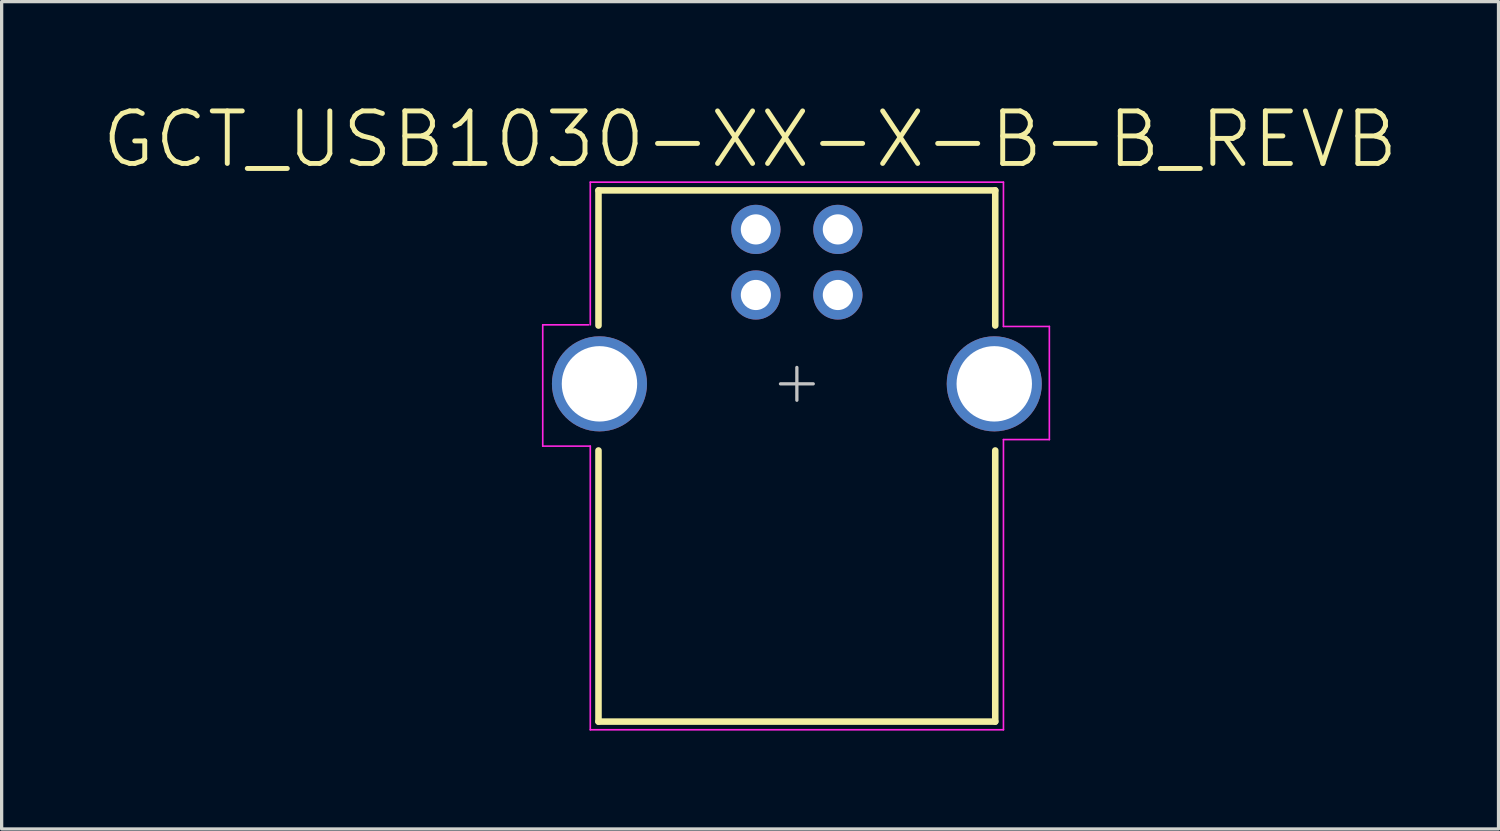
<source format=kicad_pcb>
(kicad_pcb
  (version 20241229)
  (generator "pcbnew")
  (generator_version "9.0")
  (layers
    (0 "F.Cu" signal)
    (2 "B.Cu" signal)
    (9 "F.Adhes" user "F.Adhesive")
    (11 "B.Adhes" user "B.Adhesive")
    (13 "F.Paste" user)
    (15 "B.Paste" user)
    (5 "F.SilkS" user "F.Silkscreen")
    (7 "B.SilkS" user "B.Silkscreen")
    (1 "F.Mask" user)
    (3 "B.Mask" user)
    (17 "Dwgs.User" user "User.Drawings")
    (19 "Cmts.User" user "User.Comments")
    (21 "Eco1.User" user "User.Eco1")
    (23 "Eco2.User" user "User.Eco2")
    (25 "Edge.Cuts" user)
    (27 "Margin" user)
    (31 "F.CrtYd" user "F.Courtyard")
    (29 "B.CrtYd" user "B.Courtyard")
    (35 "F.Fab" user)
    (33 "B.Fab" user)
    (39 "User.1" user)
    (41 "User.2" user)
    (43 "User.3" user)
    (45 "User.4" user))
  (footprint "GCT_USB1030-XX-X-B-B_REVB"
    (layer "F.Cu")
    (at 21.252 8.656)
    (property "Reference" "GCT_USB1030-XX-X-B-B_REVB" (at -1.427 -7.455 0) (layer "F.SilkS") (effects (font (size 1.602 1.602) (thickness 0.15))))
    (attr through_hole)
    (fp_line (start -6.05 -5.9) (end 6.05 -5.9) (stroke (width 0.2) (type solid)) (layer "F.SilkS"))
    (fp_line (start -6.05 -1.778) (end -6.05 -5.9) (stroke (width 0.2) (type solid)) (layer "F.SilkS"))
    (fp_line (start -6.05 10.3) (end -6.05 2.032) (stroke (width 0.2) (type solid)) (layer "F.SilkS"))
    (fp_line (start -6.05 10.3) (end 6.05 10.3) (stroke (width 0.2) (type solid)) (layer "F.SilkS"))
    (fp_line (start 6.05 -1.778) (end 6.05 -5.9) (stroke (width 0.2) (type solid)) (layer "F.SilkS"))
    (fp_line (start 6.05 10.3) (end 6.05 2.032) (stroke (width 0.2) (type solid)) (layer "F.SilkS"))
    (fp_line (start -0.5 0) (end 0.5 0) (stroke (width 0.1) (type solid)) (layer "Dwgs.User"))
    (fp_line (start 0 0.5) (end 0 -0.5) (stroke (width 0.1) (type solid)) (layer "Dwgs.User"))
    (fp_line (start -7.75 -1.8) (end -6.35 -1.8) (stroke (width 0.05) (type solid)) (layer "F.CrtYd"))
    (fp_line (start -7.75 1.9) (end -7.75 -1.8) (stroke (width 0.05) (type solid)) (layer "F.CrtYd"))
    (fp_line (start -7.75 1.9) (end -6.3 1.9) (stroke (width 0.05) (type solid)) (layer "F.CrtYd"))
    (fp_line (start -6.3 -6.15) (end 6.3 -6.15) (stroke (width 0.05) (type solid)) (layer "F.CrtYd"))
    (fp_line (start -6.3 -1.8) (end -6.3 -6.15) (stroke (width 0.05) (type solid)) (layer "F.CrtYd"))
    (fp_line (start -6.3 10.55) (end -6.3 1.9) (stroke (width 0.05) (type solid)) (layer "F.CrtYd"))
    (fp_line (start -6.3 10.55) (end 6.3 10.55) (stroke (width 0.05) (type solid)) (layer "F.CrtYd"))
    (fp_line (start 6.3 -1.75) (end 6.3 -6.15) (stroke (width 0.05) (type solid)) (layer "F.CrtYd"))
    (fp_line (start 6.3 -1.75) (end 7.7 -1.75) (stroke (width 0.05) (type solid)) (layer "F.CrtYd"))
    (fp_line (start 6.3 1.7) (end 7.7 1.7) (stroke (width 0.05) (type solid)) (layer "F.CrtYd"))
    (fp_line (start 6.3 10.55) (end 6.3 1.7) (stroke (width 0.05) (type solid)) (layer "F.CrtYd"))
    (fp_line (start 7.7 1.7) (end 7.7 -1.75) (stroke (width 0.05) (type solid)) (layer "F.CrtYd"))
    (pad "1" thru_hole circle (at 1.25 -4.71) (size 1.5 1.5) (drill 0.92) (layers "*.Cu" "*.Mask"))
    (pad "2" thru_hole circle (at -1.25 -4.71) (size 1.5 1.5) (drill 0.92) (layers "*.Cu" "*.Mask"))
    (pad "3" thru_hole circle (at -1.25 -2.71) (size 1.5 1.5) (drill 0.92) (layers "*.Cu" "*.Mask"))
    (pad "4" thru_hole circle (at 1.25 -2.71) (size 1.5 1.5) (drill 0.92) (layers "*.Cu" "*.Mask"))
    (pad "5" thru_hole circle (at -6.02 0) (size 2.9 2.9) (drill 2.3) (layers "*.Cu" "*.Mask"))
    (pad "6" thru_hole circle (at 6.02 0) (size 2.9 2.9) (drill 2.3) (layers "*.Cu" "*.Mask")))
  (gr_rect
    (start -3 -3)
    (end 42.65 22.231)
    (stroke (width 0.1) (type default))
    (fill no)
    (layer "Edge.Cuts")))
</source>
